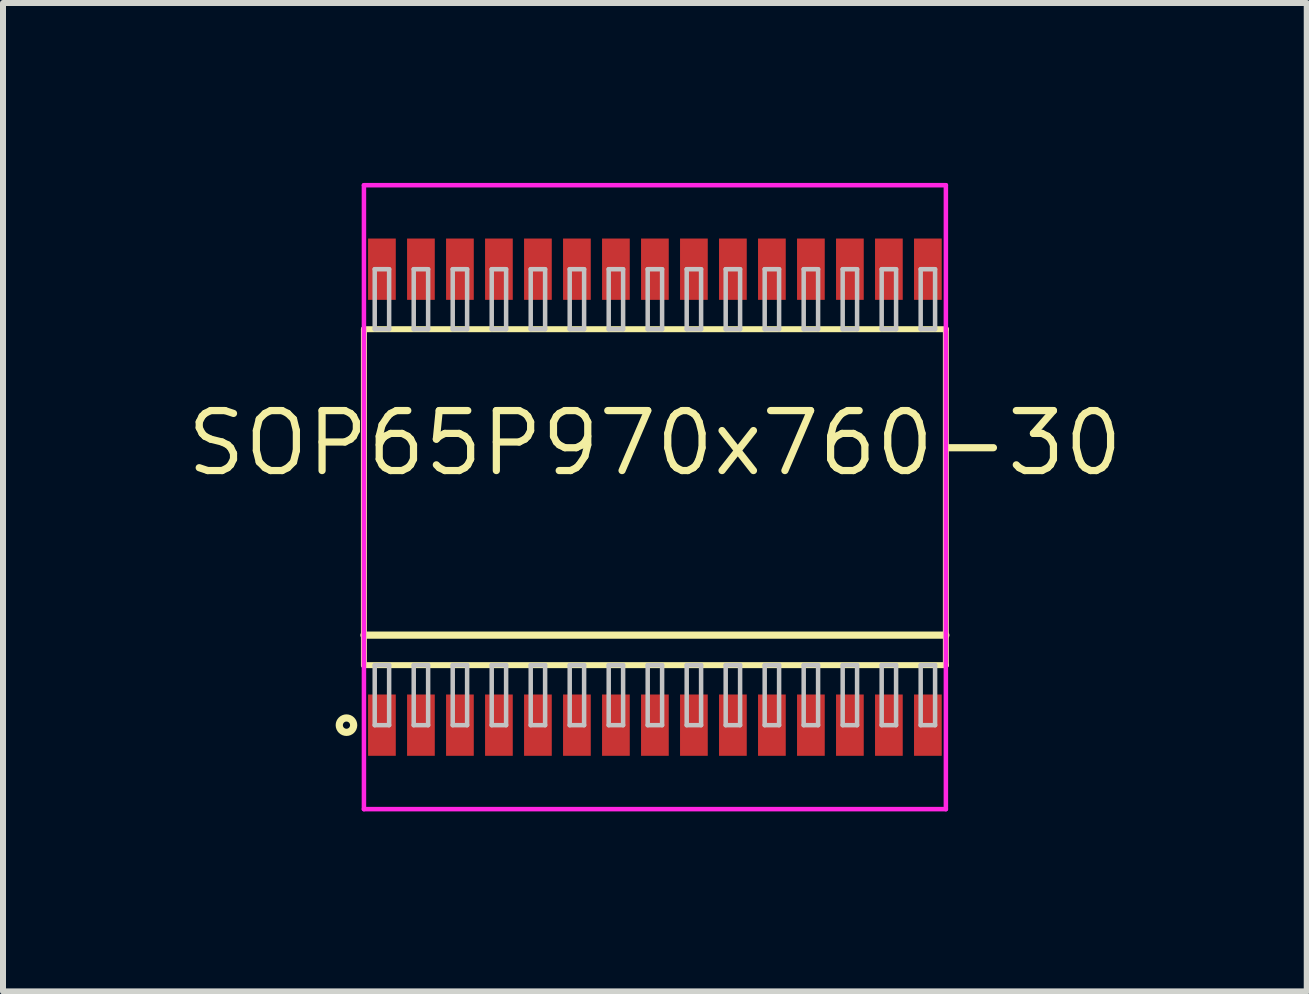
<source format=kicad_pcb>
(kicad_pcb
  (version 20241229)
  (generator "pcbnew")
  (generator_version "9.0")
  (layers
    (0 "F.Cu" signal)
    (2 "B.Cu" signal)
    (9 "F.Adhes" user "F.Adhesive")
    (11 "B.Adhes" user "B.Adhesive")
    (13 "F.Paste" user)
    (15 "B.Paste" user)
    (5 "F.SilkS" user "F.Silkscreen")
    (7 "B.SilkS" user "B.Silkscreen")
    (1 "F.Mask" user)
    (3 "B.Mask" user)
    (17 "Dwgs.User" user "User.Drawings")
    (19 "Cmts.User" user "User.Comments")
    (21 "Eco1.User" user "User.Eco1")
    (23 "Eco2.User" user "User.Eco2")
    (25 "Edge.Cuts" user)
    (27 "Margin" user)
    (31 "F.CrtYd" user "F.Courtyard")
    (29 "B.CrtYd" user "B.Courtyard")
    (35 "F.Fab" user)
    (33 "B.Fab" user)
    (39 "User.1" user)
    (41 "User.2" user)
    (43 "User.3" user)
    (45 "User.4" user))
  (footprint "SOP65P970x760-30"
    (layer "F.Cu")
    (at 7.866 5.237)
    (property "Reference" "SOP65P970x760-30" (at 0 -0.9 0) (layer "F.SilkS") (effects (font (size 1 1) (thickness 0.12))))
    (attr through_hole)
    (fp_line (start -4.85 -2.8) (end -4.85 2.8) (stroke (width 0.1) (type solid)) (layer "F.SilkS"))
    (fp_line (start -4.85 2.3) (end 4.85 2.3) (stroke (width 0.12) (type solid)) (layer "F.SilkS"))
    (fp_line (start -4.85 2.8) (end 4.85 2.8) (stroke (width 0.1) (type solid)) (layer "F.SilkS"))
    (fp_line (start 4.85 -2.8) (end -4.85 -2.8) (stroke (width 0.1) (type solid)) (layer "F.SilkS"))
    (fp_line (start 4.85 2.8) (end 4.85 -2.8) (stroke (width 0.1) (type solid)) (layer "F.SilkS"))
    (fp_circle (center -5.141 3.8) (end -5.021 3.8) (stroke (width 0.12) (type solid)) (fill no) (layer "F.SilkS"))
    (fp_line (start -4.67 -3.8) (end -4.67 -2.8) (stroke (width 0.075) (type solid)) (layer "Dwgs.User"))
    (fp_line (start -4.67 -2.8) (end -4.43 -2.8) (stroke (width 0.075) (type solid)) (layer "Dwgs.User"))
    (fp_line (start -4.67 2.8) (end -4.43 2.8) (stroke (width 0.075) (type solid)) (layer "Dwgs.User"))
    (fp_line (start -4.67 3.8) (end -4.67 2.8) (stroke (width 0.075) (type solid)) (layer "Dwgs.User"))
    (fp_line (start -4.43 -3.8) (end -4.67 -3.8) (stroke (width 0.075) (type solid)) (layer "Dwgs.User"))
    (fp_line (start -4.43 -2.8) (end -4.43 -3.8) (stroke (width 0.075) (type solid)) (layer "Dwgs.User"))
    (fp_line (start -4.43 2.8) (end -4.43 3.8) (stroke (width 0.075) (type solid)) (layer "Dwgs.User"))
    (fp_line (start -4.43 3.8) (end -4.67 3.8) (stroke (width 0.075) (type solid)) (layer "Dwgs.User"))
    (fp_line (start -4.02 -3.8) (end -4.02 -2.8) (stroke (width 0.075) (type solid)) (layer "Dwgs.User"))
    (fp_line (start -4.02 -2.8) (end -3.78 -2.8) (stroke (width 0.075) (type solid)) (layer "Dwgs.User"))
    (fp_line (start -4.02 2.8) (end -3.78 2.8) (stroke (width 0.075) (type solid)) (layer "Dwgs.User"))
    (fp_line (start -4.02 3.8) (end -4.02 2.8) (stroke (width 0.075) (type solid)) (layer "Dwgs.User"))
    (fp_line (start -3.78 -3.8) (end -4.02 -3.8) (stroke (width 0.075) (type solid)) (layer "Dwgs.User"))
    (fp_line (start -3.78 -2.8) (end -3.78 -3.8) (stroke (width 0.075) (type solid)) (layer "Dwgs.User"))
    (fp_line (start -3.78 2.8) (end -3.78 3.8) (stroke (width 0.075) (type solid)) (layer "Dwgs.User"))
    (fp_line (start -3.78 3.8) (end -4.02 3.8) (stroke (width 0.075) (type solid)) (layer "Dwgs.User"))
    (fp_line (start -3.37 -3.8) (end -3.37 -2.8) (stroke (width 0.075) (type solid)) (layer "Dwgs.User"))
    (fp_line (start -3.37 -2.8) (end -3.13 -2.8) (stroke (width 0.075) (type solid)) (layer "Dwgs.User"))
    (fp_line (start -3.37 2.8) (end -3.13 2.8) (stroke (width 0.075) (type solid)) (layer "Dwgs.User"))
    (fp_line (start -3.37 3.8) (end -3.37 2.8) (stroke (width 0.075) (type solid)) (layer "Dwgs.User"))
    (fp_line (start -3.13 -3.8) (end -3.37 -3.8) (stroke (width 0.075) (type solid)) (layer "Dwgs.User"))
    (fp_line (start -3.13 -2.8) (end -3.13 -3.8) (stroke (width 0.075) (type solid)) (layer "Dwgs.User"))
    (fp_line (start -3.13 2.8) (end -3.13 3.8) (stroke (width 0.075) (type solid)) (layer "Dwgs.User"))
    (fp_line (start -3.13 3.8) (end -3.37 3.8) (stroke (width 0.075) (type solid)) (layer "Dwgs.User"))
    (fp_line (start -2.72 -3.8) (end -2.72 -2.8) (stroke (width 0.075) (type solid)) (layer "Dwgs.User"))
    (fp_line (start -2.72 -2.8) (end -2.48 -2.8) (stroke (width 0.075) (type solid)) (layer "Dwgs.User"))
    (fp_line (start -2.72 2.8) (end -2.48 2.8) (stroke (width 0.075) (type solid)) (layer "Dwgs.User"))
    (fp_line (start -2.72 3.8) (end -2.72 2.8) (stroke (width 0.075) (type solid)) (layer "Dwgs.User"))
    (fp_line (start -2.48 -3.8) (end -2.72 -3.8) (stroke (width 0.075) (type solid)) (layer "Dwgs.User"))
    (fp_line (start -2.48 -2.8) (end -2.48 -3.8) (stroke (width 0.075) (type solid)) (layer "Dwgs.User"))
    (fp_line (start -2.48 2.8) (end -2.48 3.8) (stroke (width 0.075) (type solid)) (layer "Dwgs.User"))
    (fp_line (start -2.48 3.8) (end -2.72 3.8) (stroke (width 0.075) (type solid)) (layer "Dwgs.User"))
    (fp_line (start -2.07 -3.8) (end -2.07 -2.8) (stroke (width 0.075) (type solid)) (layer "Dwgs.User"))
    (fp_line (start -2.07 -2.8) (end -1.83 -2.8) (stroke (width 0.075) (type solid)) (layer "Dwgs.User"))
    (fp_line (start -2.07 2.8) (end -1.83 2.8) (stroke (width 0.075) (type solid)) (layer "Dwgs.User"))
    (fp_line (start -2.07 3.8) (end -2.07 2.8) (stroke (width 0.075) (type solid)) (layer "Dwgs.User"))
    (fp_line (start -1.83 -3.8) (end -2.07 -3.8) (stroke (width 0.075) (type solid)) (layer "Dwgs.User"))
    (fp_line (start -1.83 -2.8) (end -1.83 -3.8) (stroke (width 0.075) (type solid)) (layer "Dwgs.User"))
    (fp_line (start -1.83 2.8) (end -1.83 3.8) (stroke (width 0.075) (type solid)) (layer "Dwgs.User"))
    (fp_line (start -1.83 3.8) (end -2.07 3.8) (stroke (width 0.075) (type solid)) (layer "Dwgs.User"))
    (fp_line (start -1.42 -3.8) (end -1.42 -2.8) (stroke (width 0.075) (type solid)) (layer "Dwgs.User"))
    (fp_line (start -1.42 -2.8) (end -1.18 -2.8) (stroke (width 0.075) (type solid)) (layer "Dwgs.User"))
    (fp_line (start -1.42 2.8) (end -1.18 2.8) (stroke (width 0.075) (type solid)) (layer "Dwgs.User"))
    (fp_line (start -1.42 3.8) (end -1.42 2.8) (stroke (width 0.075) (type solid)) (layer "Dwgs.User"))
    (fp_line (start -1.18 -3.8) (end -1.42 -3.8) (stroke (width 0.075) (type solid)) (layer "Dwgs.User"))
    (fp_line (start -1.18 -2.8) (end -1.18 -3.8) (stroke (width 0.075) (type solid)) (layer "Dwgs.User"))
    (fp_line (start -1.18 2.8) (end -1.18 3.8) (stroke (width 0.075) (type solid)) (layer "Dwgs.User"))
    (fp_line (start -1.18 3.8) (end -1.42 3.8) (stroke (width 0.075) (type solid)) (layer "Dwgs.User"))
    (fp_line (start -0.77 -3.8) (end -0.77 -2.8) (stroke (width 0.075) (type solid)) (layer "Dwgs.User"))
    (fp_line (start -0.77 -2.8) (end -0.53 -2.8) (stroke (width 0.075) (type solid)) (layer "Dwgs.User"))
    (fp_line (start -0.77 2.8) (end -0.53 2.8) (stroke (width 0.075) (type solid)) (layer "Dwgs.User"))
    (fp_line (start -0.77 3.8) (end -0.77 2.8) (stroke (width 0.075) (type solid)) (layer "Dwgs.User"))
    (fp_line (start -0.53 -3.8) (end -0.77 -3.8) (stroke (width 0.075) (type solid)) (layer "Dwgs.User"))
    (fp_line (start -0.53 -2.8) (end -0.53 -3.8) (stroke (width 0.075) (type solid)) (layer "Dwgs.User"))
    (fp_line (start -0.53 2.8) (end -0.53 3.8) (stroke (width 0.075) (type solid)) (layer "Dwgs.User"))
    (fp_line (start -0.53 3.8) (end -0.77 3.8) (stroke (width 0.075) (type solid)) (layer "Dwgs.User"))
    (fp_line (start -0.12 -3.8) (end -0.12 -2.8) (stroke (width 0.075) (type solid)) (layer "Dwgs.User"))
    (fp_line (start -0.12 -2.8) (end 0.12 -2.8) (stroke (width 0.075) (type solid)) (layer "Dwgs.User"))
    (fp_line (start -0.12 2.8) (end 0.12 2.8) (stroke (width 0.075) (type solid)) (layer "Dwgs.User"))
    (fp_line (start -0.12 3.8) (end -0.12 2.8) (stroke (width 0.075) (type solid)) (layer "Dwgs.User"))
    (fp_line (start 0.12 -3.8) (end -0.12 -3.8) (stroke (width 0.075) (type solid)) (layer "Dwgs.User"))
    (fp_line (start 0.12 -2.8) (end 0.12 -3.8) (stroke (width 0.075) (type solid)) (layer "Dwgs.User"))
    (fp_line (start 0.12 2.8) (end 0.12 3.8) (stroke (width 0.075) (type solid)) (layer "Dwgs.User"))
    (fp_line (start 0.12 3.8) (end -0.12 3.8) (stroke (width 0.075) (type solid)) (layer "Dwgs.User"))
    (fp_line (start 0.53 -3.8) (end 0.53 -2.8) (stroke (width 0.075) (type solid)) (layer "Dwgs.User"))
    (fp_line (start 0.53 -2.8) (end 0.77 -2.8) (stroke (width 0.075) (type solid)) (layer "Dwgs.User"))
    (fp_line (start 0.53 2.8) (end 0.77 2.8) (stroke (width 0.075) (type solid)) (layer "Dwgs.User"))
    (fp_line (start 0.53 3.8) (end 0.53 2.8) (stroke (width 0.075) (type solid)) (layer "Dwgs.User"))
    (fp_line (start 0.77 -3.8) (end 0.53 -3.8) (stroke (width 0.075) (type solid)) (layer "Dwgs.User"))
    (fp_line (start 0.77 -2.8) (end 0.77 -3.8) (stroke (width 0.075) (type solid)) (layer "Dwgs.User"))
    (fp_line (start 0.77 2.8) (end 0.77 3.8) (stroke (width 0.075) (type solid)) (layer "Dwgs.User"))
    (fp_line (start 0.77 3.8) (end 0.53 3.8) (stroke (width 0.075) (type solid)) (layer "Dwgs.User"))
    (fp_line (start 1.18 -3.8) (end 1.18 -2.8) (stroke (width 0.075) (type solid)) (layer "Dwgs.User"))
    (fp_line (start 1.18 -2.8) (end 1.42 -2.8) (stroke (width 0.075) (type solid)) (layer "Dwgs.User"))
    (fp_line (start 1.18 2.8) (end 1.42 2.8) (stroke (width 0.075) (type solid)) (layer "Dwgs.User"))
    (fp_line (start 1.18 3.8) (end 1.18 2.8) (stroke (width 0.075) (type solid)) (layer "Dwgs.User"))
    (fp_line (start 1.42 -3.8) (end 1.18 -3.8) (stroke (width 0.075) (type solid)) (layer "Dwgs.User"))
    (fp_line (start 1.42 -2.8) (end 1.42 -3.8) (stroke (width 0.075) (type solid)) (layer "Dwgs.User"))
    (fp_line (start 1.42 2.8) (end 1.42 3.8) (stroke (width 0.075) (type solid)) (layer "Dwgs.User"))
    (fp_line (start 1.42 3.8) (end 1.18 3.8) (stroke (width 0.075) (type solid)) (layer "Dwgs.User"))
    (fp_line (start 1.83 -3.8) (end 1.83 -2.8) (stroke (width 0.075) (type solid)) (layer "Dwgs.User"))
    (fp_line (start 1.83 -2.8) (end 2.07 -2.8) (stroke (width 0.075) (type solid)) (layer "Dwgs.User"))
    (fp_line (start 1.83 2.8) (end 2.07 2.8) (stroke (width 0.075) (type solid)) (layer "Dwgs.User"))
    (fp_line (start 1.83 3.8) (end 1.83 2.8) (stroke (width 0.075) (type solid)) (layer "Dwgs.User"))
    (fp_line (start 2.07 -3.8) (end 1.83 -3.8) (stroke (width 0.075) (type solid)) (layer "Dwgs.User"))
    (fp_line (start 2.07 -2.8) (end 2.07 -3.8) (stroke (width 0.075) (type solid)) (layer "Dwgs.User"))
    (fp_line (start 2.07 2.8) (end 2.07 3.8) (stroke (width 0.075) (type solid)) (layer "Dwgs.User"))
    (fp_line (start 2.07 3.8) (end 1.83 3.8) (stroke (width 0.075) (type solid)) (layer "Dwgs.User"))
    (fp_line (start 2.48 -3.8) (end 2.48 -2.8) (stroke (width 0.075) (type solid)) (layer "Dwgs.User"))
    (fp_line (start 2.48 -2.8) (end 2.72 -2.8) (stroke (width 0.075) (type solid)) (layer "Dwgs.User"))
    (fp_line (start 2.48 2.8) (end 2.72 2.8) (stroke (width 0.075) (type solid)) (layer "Dwgs.User"))
    (fp_line (start 2.48 3.8) (end 2.48 2.8) (stroke (width 0.075) (type solid)) (layer "Dwgs.User"))
    (fp_line (start 2.72 -3.8) (end 2.48 -3.8) (stroke (width 0.075) (type solid)) (layer "Dwgs.User"))
    (fp_line (start 2.72 -2.8) (end 2.72 -3.8) (stroke (width 0.075) (type solid)) (layer "Dwgs.User"))
    (fp_line (start 2.72 2.8) (end 2.72 3.8) (stroke (width 0.075) (type solid)) (layer "Dwgs.User"))
    (fp_line (start 2.72 3.8) (end 2.48 3.8) (stroke (width 0.075) (type solid)) (layer "Dwgs.User"))
    (fp_line (start 3.13 -3.8) (end 3.13 -2.8) (stroke (width 0.075) (type solid)) (layer "Dwgs.User"))
    (fp_line (start 3.13 -2.8) (end 3.37 -2.8) (stroke (width 0.075) (type solid)) (layer "Dwgs.User"))
    (fp_line (start 3.13 2.8) (end 3.37 2.8) (stroke (width 0.075) (type solid)) (layer "Dwgs.User"))
    (fp_line (start 3.13 3.8) (end 3.13 2.8) (stroke (width 0.075) (type solid)) (layer "Dwgs.User"))
    (fp_line (start 3.37 -3.8) (end 3.13 -3.8) (stroke (width 0.075) (type solid)) (layer "Dwgs.User"))
    (fp_line (start 3.37 -2.8) (end 3.37 -3.8) (stroke (width 0.075) (type solid)) (layer "Dwgs.User"))
    (fp_line (start 3.37 2.8) (end 3.37 3.8) (stroke (width 0.075) (type solid)) (layer "Dwgs.User"))
    (fp_line (start 3.37 3.8) (end 3.13 3.8) (stroke (width 0.075) (type solid)) (layer "Dwgs.User"))
    (fp_line (start 3.78 -3.8) (end 3.78 -2.8) (stroke (width 0.075) (type solid)) (layer "Dwgs.User"))
    (fp_line (start 3.78 -2.8) (end 4.02 -2.8) (stroke (width 0.075) (type solid)) (layer "Dwgs.User"))
    (fp_line (start 3.78 2.8) (end 4.02 2.8) (stroke (width 0.075) (type solid)) (layer "Dwgs.User"))
    (fp_line (start 3.78 3.8) (end 3.78 2.8) (stroke (width 0.075) (type solid)) (layer "Dwgs.User"))
    (fp_line (start 4.02 -3.8) (end 3.78 -3.8) (stroke (width 0.075) (type solid)) (layer "Dwgs.User"))
    (fp_line (start 4.02 -2.8) (end 4.02 -3.8) (stroke (width 0.075) (type solid)) (layer "Dwgs.User"))
    (fp_line (start 4.02 2.8) (end 4.02 3.8) (stroke (width 0.075) (type solid)) (layer "Dwgs.User"))
    (fp_line (start 4.02 3.8) (end 3.78 3.8) (stroke (width 0.075) (type solid)) (layer "Dwgs.User"))
    (fp_line (start 4.43 -3.8) (end 4.43 -2.8) (stroke (width 0.075) (type solid)) (layer "Dwgs.User"))
    (fp_line (start 4.43 -2.8) (end 4.67 -2.8) (stroke (width 0.075) (type solid)) (layer "Dwgs.User"))
    (fp_line (start 4.43 2.8) (end 4.67 2.8) (stroke (width 0.075) (type solid)) (layer "Dwgs.User"))
    (fp_line (start 4.43 3.8) (end 4.43 2.8) (stroke (width 0.075) (type solid)) (layer "Dwgs.User"))
    (fp_line (start 4.67 -3.8) (end 4.43 -3.8) (stroke (width 0.075) (type solid)) (layer "Dwgs.User"))
    (fp_line (start 4.67 -2.8) (end 4.67 -3.8) (stroke (width 0.075) (type solid)) (layer "Dwgs.User"))
    (fp_line (start 4.67 2.8) (end 4.67 3.8) (stroke (width 0.075) (type solid)) (layer "Dwgs.User"))
    (fp_line (start 4.67 3.8) (end 4.43 3.8) (stroke (width 0.075) (type solid)) (layer "Dwgs.User"))
    (fp_line (start -0.75 0) (end 0.75 0) (stroke (width 0.12) (type solid)) (layer "Eco1.User"))
    (fp_line (start 0 -0.75) (end 0 0.75) (stroke (width 0.12) (type solid)) (layer "Eco1.User"))
    (fp_circle (center 0 0) (end 0.5 0) (stroke (width 0.12) (type solid)) (fill no) (layer "Eco1.User"))
    (fp_line (start -4.85 -5.2) (end -4.85 5.2) (stroke (width 0.075) (type solid)) (layer "F.CrtYd"))
    (fp_line (start -4.85 5.2) (end 4.85 5.2) (stroke (width 0.075) (type solid)) (layer "F.CrtYd"))
    (fp_line (start 4.85 -5.2) (end -4.85 -5.2) (stroke (width 0.075) (type solid)) (layer "F.CrtYd"))
    (fp_line (start 4.85 5.2) (end 4.85 -5.2) (stroke (width 0.075) (type solid)) (layer "F.CrtYd"))
    (pad "1" smd rect (at -4.55 3.8) (size 0.462 1.022) (layers "F.Cu" "F.Mask" "F.Paste"))
    (pad "2" smd rect (at -3.9 3.8) (size 0.462 1.022) (layers "F.Cu" "F.Mask" "F.Paste"))
    (pad "3" smd rect (at -3.25 3.8) (size 0.462 1.022) (layers "F.Cu" "F.Mask" "F.Paste"))
    (pad "4" smd rect (at -2.6 3.8) (size 0.462 1.022) (layers "F.Cu" "F.Mask" "F.Paste"))
    (pad "5" smd rect (at -1.95 3.8) (size 0.462 1.022) (layers "F.Cu" "F.Mask" "F.Paste"))
    (pad "6" smd rect (at -1.3 3.8) (size 0.462 1.022) (layers "F.Cu" "F.Mask" "F.Paste"))
    (pad "7" smd rect (at -0.65 3.8) (size 0.462 1.022) (layers "F.Cu" "F.Mask" "F.Paste"))
    (pad "8" smd rect (at 0 3.8) (size 0.462 1.022) (layers "F.Cu" "F.Mask" "F.Paste"))
    (pad "9" smd rect (at 0.65 3.8) (size 0.462 1.022) (layers "F.Cu" "F.Mask" "F.Paste"))
    (pad "10" smd rect (at 1.3 3.8) (size 0.462 1.022) (layers "F.Cu" "F.Mask" "F.Paste"))
    (pad "11" smd rect (at 1.95 3.8) (size 0.462 1.022) (layers "F.Cu" "F.Mask" "F.Paste"))
    (pad "12" smd rect (at 2.6 3.8) (size 0.462 1.022) (layers "F.Cu" "F.Mask" "F.Paste"))
    (pad "13" smd rect (at 3.25 3.8) (size 0.462 1.022) (layers "F.Cu" "F.Mask" "F.Paste"))
    (pad "14" smd rect (at 3.9 3.8) (size 0.462 1.022) (layers "F.Cu" "F.Mask" "F.Paste"))
    (pad "15" smd rect (at 4.55 3.8) (size 0.462 1.022) (layers "F.Cu" "F.Mask" "F.Paste"))
    (pad "16" smd rect (at 4.55 -3.8) (size 0.462 1.022) (layers "F.Cu" "F.Mask" "F.Paste"))
    (pad "17" smd rect (at 3.9 -3.8) (size 0.462 1.022) (layers "F.Cu" "F.Mask" "F.Paste"))
    (pad "18" smd rect (at 3.25 -3.8) (size 0.462 1.022) (layers "F.Cu" "F.Mask" "F.Paste"))
    (pad "19" smd rect (at 2.6 -3.8) (size 0.462 1.022) (layers "F.Cu" "F.Mask" "F.Paste"))
    (pad "20" smd rect (at 1.95 -3.8) (size 0.462 1.022) (layers "F.Cu" "F.Mask" "F.Paste"))
    (pad "21" smd rect (at 1.3 -3.8) (size 0.462 1.022) (layers "F.Cu" "F.Mask" "F.Paste"))
    (pad "22" smd rect (at 0.65 -3.8) (size 0.462 1.022) (layers "F.Cu" "F.Mask" "F.Paste"))
    (pad "23" smd rect (at 0 -3.8) (size 0.462 1.022) (layers "F.Cu" "F.Mask" "F.Paste"))
    (pad "24" smd rect (at -0.65 -3.8) (size 0.462 1.022) (layers "F.Cu" "F.Mask" "F.Paste"))
    (pad "25" smd rect (at -1.3 -3.8) (size 0.462 1.022) (layers "F.Cu" "F.Mask" "F.Paste"))
    (pad "26" smd rect (at -1.95 -3.8) (size 0.462 1.022) (layers "F.Cu" "F.Mask" "F.Paste"))
    (pad "27" smd rect (at -2.6 -3.8) (size 0.462 1.022) (layers "F.Cu" "F.Mask" "F.Paste"))
    (pad "28" smd rect (at -3.25 -3.8) (size 0.462 1.022) (layers "F.Cu" "F.Mask" "F.Paste"))
    (pad "29" smd rect (at -3.9 -3.8) (size 0.462 1.022) (layers "F.Cu" "F.Mask" "F.Paste"))
    (pad "30" smd rect (at -4.55 -3.8) (size 0.462 1.022) (layers "F.Cu" "F.Mask" "F.Paste")))
  (gr_rect
    (start -3 -3)
    (end 18.731 13.475)
    (stroke (width 0.1) (type default))
    (fill no)
    (layer "Edge.Cuts")))
</source>
